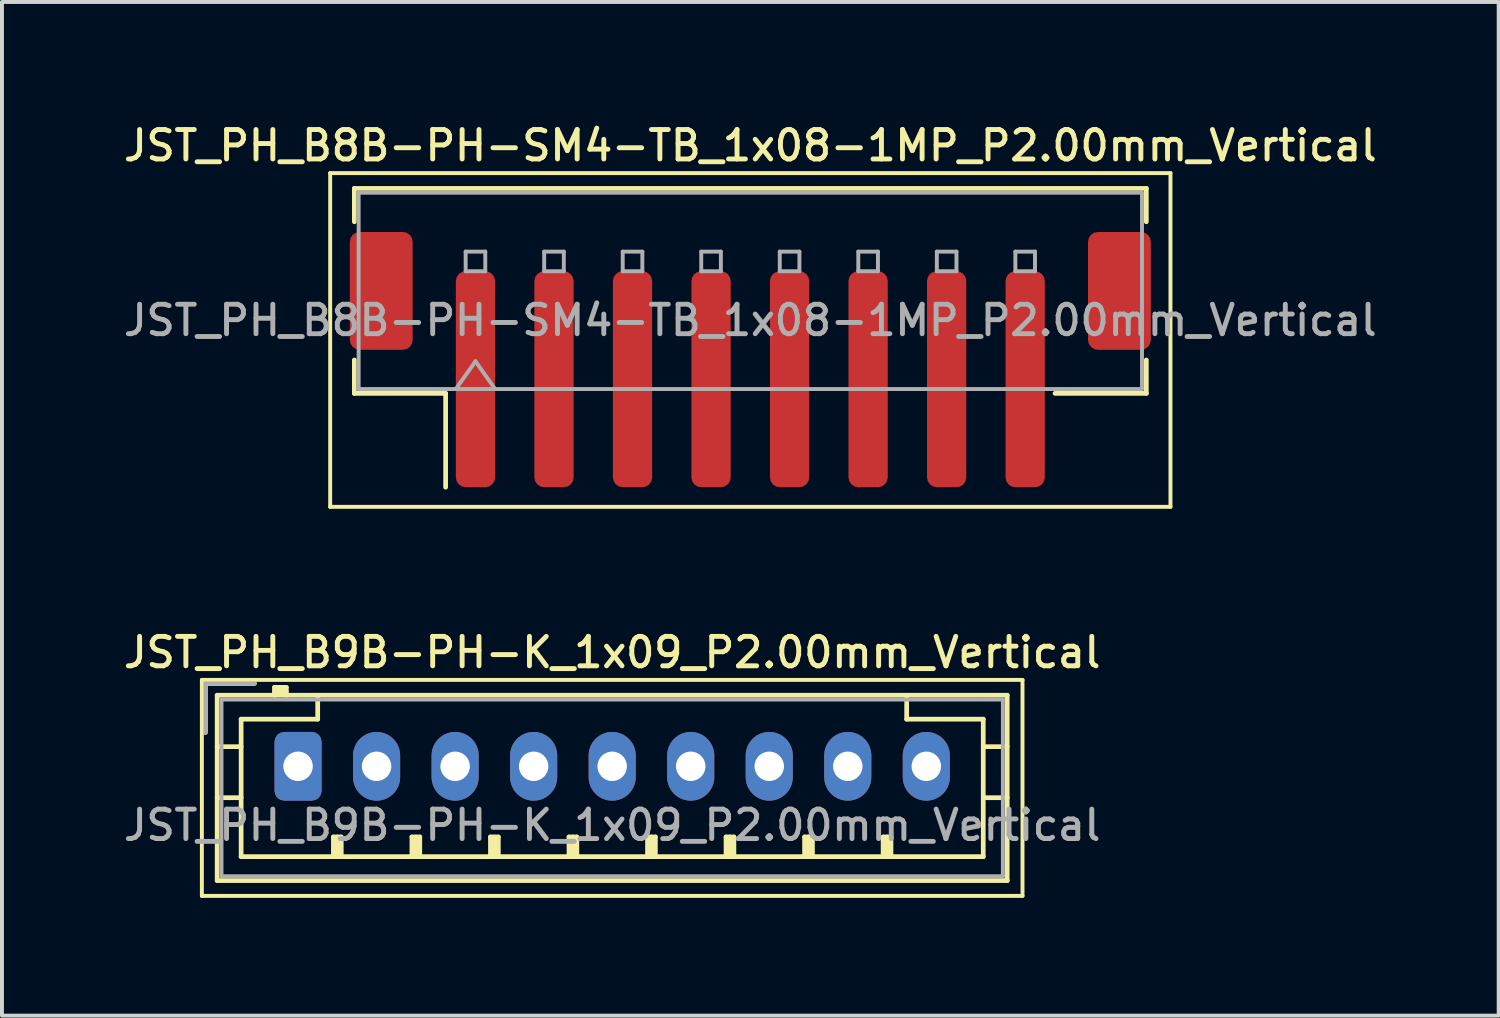
<source format=kicad_pcb>
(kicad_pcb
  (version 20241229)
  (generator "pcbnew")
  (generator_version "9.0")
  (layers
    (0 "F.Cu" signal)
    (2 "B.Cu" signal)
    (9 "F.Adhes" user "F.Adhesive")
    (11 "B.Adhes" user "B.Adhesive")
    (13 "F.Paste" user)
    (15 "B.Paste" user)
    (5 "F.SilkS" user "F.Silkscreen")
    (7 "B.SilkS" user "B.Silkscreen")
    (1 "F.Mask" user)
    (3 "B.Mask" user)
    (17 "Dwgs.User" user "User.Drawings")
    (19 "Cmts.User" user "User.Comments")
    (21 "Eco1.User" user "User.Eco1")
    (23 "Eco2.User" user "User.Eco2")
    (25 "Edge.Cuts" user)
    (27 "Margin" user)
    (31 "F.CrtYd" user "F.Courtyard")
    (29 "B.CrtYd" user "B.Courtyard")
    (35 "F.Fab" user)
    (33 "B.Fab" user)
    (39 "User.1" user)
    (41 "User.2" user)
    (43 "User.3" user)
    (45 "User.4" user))
  (footprint "JST_PH_B9B-PH-K_1x09_P2.00mm_Vertical"
    (layer "F.Cu")
    (at 4.541 16.466)
    (property "Reference" "JST_PH_B9B-PH-K_1x09_P2.00mm_Vertical" (at 8 -2.9 0) (layer "F.SilkS") (effects (font (size 0.75 0.75) (thickness 0.125))))
    (attr through_hole)
    (fp_line (start -2.45 -2.2) (end -2.45 3.3) (stroke (width 0.1) (type solid)) (layer "F.SilkS"))
    (fp_line (start -2.45 3.3) (end 18.45 3.3) (stroke (width 0.1) (type solid)) (layer "F.SilkS"))
    (fp_line (start -2.36 -2.11) (end -2.36 -0.86) (stroke (width 0.12) (type solid)) (layer "F.SilkS"))
    (fp_line (start -2.06 -1.81) (end -2.06 2.91) (stroke (width 0.12) (type solid)) (layer "F.SilkS"))
    (fp_line (start -2.06 -0.5) (end -1.45 -0.5) (stroke (width 0.12) (type solid)) (layer "F.SilkS"))
    (fp_line (start -2.06 0.8) (end -1.45 0.8) (stroke (width 0.12) (type solid)) (layer "F.SilkS"))
    (fp_line (start -2.06 2.91) (end 18.06 2.91) (stroke (width 0.12) (type solid)) (layer "F.SilkS"))
    (fp_line (start -1.45 -1.2) (end -1.45 2.3) (stroke (width 0.12) (type solid)) (layer "F.SilkS"))
    (fp_line (start -1.45 2.3) (end 17.45 2.3) (stroke (width 0.12) (type solid)) (layer "F.SilkS"))
    (fp_line (start -1.11 -2.11) (end -2.36 -2.11) (stroke (width 0.12) (type solid)) (layer "F.SilkS"))
    (fp_line (start -0.6 -2.01) (end -0.6 -1.81) (stroke (width 0.12) (type solid)) (layer "F.SilkS"))
    (fp_line (start -0.3 -2.01) (end -0.6 -2.01) (stroke (width 0.12) (type solid)) (layer "F.SilkS"))
    (fp_line (start -0.3 -1.91) (end -0.6 -1.91) (stroke (width 0.12) (type solid)) (layer "F.SilkS"))
    (fp_line (start -0.3 -1.81) (end -0.3 -2.01) (stroke (width 0.12) (type solid)) (layer "F.SilkS"))
    (fp_line (start 0.5 -1.81) (end 0.5 -1.2) (stroke (width 0.12) (type solid)) (layer "F.SilkS"))
    (fp_line (start 0.5 -1.2) (end -1.45 -1.2) (stroke (width 0.12) (type solid)) (layer "F.SilkS"))
    (fp_line (start 0.9 1.8) (end 1.1 1.8) (stroke (width 0.12) (type solid)) (layer "F.SilkS"))
    (fp_line (start 0.9 2.3) (end 0.9 1.8) (stroke (width 0.12) (type solid)) (layer "F.SilkS"))
    (fp_line (start 1 2.3) (end 1 1.8) (stroke (width 0.12) (type solid)) (layer "F.SilkS"))
    (fp_line (start 1.1 1.8) (end 1.1 2.3) (stroke (width 0.12) (type solid)) (layer "F.SilkS"))
    (fp_line (start 2.9 1.8) (end 3.1 1.8) (stroke (width 0.12) (type solid)) (layer "F.SilkS"))
    (fp_line (start 2.9 2.3) (end 2.9 1.8) (stroke (width 0.12) (type solid)) (layer "F.SilkS"))
    (fp_line (start 3 2.3) (end 3 1.8) (stroke (width 0.12) (type solid)) (layer "F.SilkS"))
    (fp_line (start 3.1 1.8) (end 3.1 2.3) (stroke (width 0.12) (type solid)) (layer "F.SilkS"))
    (fp_line (start 4.9 1.8) (end 5.1 1.8) (stroke (width 0.12) (type solid)) (layer "F.SilkS"))
    (fp_line (start 4.9 2.3) (end 4.9 1.8) (stroke (width 0.12) (type solid)) (layer "F.SilkS"))
    (fp_line (start 5 2.3) (end 5 1.8) (stroke (width 0.12) (type solid)) (layer "F.SilkS"))
    (fp_line (start 5.1 1.8) (end 5.1 2.3) (stroke (width 0.12) (type solid)) (layer "F.SilkS"))
    (fp_line (start 6.9 1.8) (end 7.1 1.8) (stroke (width 0.12) (type solid)) (layer "F.SilkS"))
    (fp_line (start 6.9 2.3) (end 6.9 1.8) (stroke (width 0.12) (type solid)) (layer "F.SilkS"))
    (fp_line (start 7 2.3) (end 7 1.8) (stroke (width 0.12) (type solid)) (layer "F.SilkS"))
    (fp_line (start 7.1 1.8) (end 7.1 2.3) (stroke (width 0.12) (type solid)) (layer "F.SilkS"))
    (fp_line (start 8.9 1.8) (end 9.1 1.8) (stroke (width 0.12) (type solid)) (layer "F.SilkS"))
    (fp_line (start 8.9 2.3) (end 8.9 1.8) (stroke (width 0.12) (type solid)) (layer "F.SilkS"))
    (fp_line (start 9 2.3) (end 9 1.8) (stroke (width 0.12) (type solid)) (layer "F.SilkS"))
    (fp_line (start 9.1 1.8) (end 9.1 2.3) (stroke (width 0.12) (type solid)) (layer "F.SilkS"))
    (fp_line (start 10.9 1.8) (end 11.1 1.8) (stroke (width 0.12) (type solid)) (layer "F.SilkS"))
    (fp_line (start 10.9 2.3) (end 10.9 1.8) (stroke (width 0.12) (type solid)) (layer "F.SilkS"))
    (fp_line (start 11 2.3) (end 11 1.8) (stroke (width 0.12) (type solid)) (layer "F.SilkS"))
    (fp_line (start 11.1 1.8) (end 11.1 2.3) (stroke (width 0.12) (type solid)) (layer "F.SilkS"))
    (fp_line (start 12.9 1.8) (end 13.1 1.8) (stroke (width 0.12) (type solid)) (layer "F.SilkS"))
    (fp_line (start 12.9 2.3) (end 12.9 1.8) (stroke (width 0.12) (type solid)) (layer "F.SilkS"))
    (fp_line (start 13 2.3) (end 13 1.8) (stroke (width 0.12) (type solid)) (layer "F.SilkS"))
    (fp_line (start 13.1 1.8) (end 13.1 2.3) (stroke (width 0.12) (type solid)) (layer "F.SilkS"))
    (fp_line (start 14.9 1.8) (end 15.1 1.8) (stroke (width 0.12) (type solid)) (layer "F.SilkS"))
    (fp_line (start 14.9 2.3) (end 14.9 1.8) (stroke (width 0.12) (type solid)) (layer "F.SilkS"))
    (fp_line (start 15 2.3) (end 15 1.8) (stroke (width 0.12) (type solid)) (layer "F.SilkS"))
    (fp_line (start 15.1 1.8) (end 15.1 2.3) (stroke (width 0.12) (type solid)) (layer "F.SilkS"))
    (fp_line (start 15.5 -1.2) (end 15.5 -1.81) (stroke (width 0.12) (type solid)) (layer "F.SilkS"))
    (fp_line (start 17.45 -1.2) (end 15.5 -1.2) (stroke (width 0.12) (type solid)) (layer "F.SilkS"))
    (fp_line (start 17.45 2.3) (end 17.45 -1.2) (stroke (width 0.12) (type solid)) (layer "F.SilkS"))
    (fp_line (start 18.06 -1.81) (end -2.06 -1.81) (stroke (width 0.12) (type solid)) (layer "F.SilkS"))
    (fp_line (start 18.06 -0.5) (end 17.45 -0.5) (stroke (width 0.12) (type solid)) (layer "F.SilkS"))
    (fp_line (start 18.06 0.8) (end 17.45 0.8) (stroke (width 0.12) (type solid)) (layer "F.SilkS"))
    (fp_line (start 18.06 2.91) (end 18.06 -1.81) (stroke (width 0.12) (type solid)) (layer "F.SilkS"))
    (fp_line (start 18.45 -2.2) (end -2.45 -2.2) (stroke (width 0.1) (type solid)) (layer "F.SilkS"))
    (fp_line (start 18.45 3.3) (end 18.45 -2.2) (stroke (width 0.1) (type solid)) (layer "F.SilkS"))
    (fp_line (start -2.36 -2.11) (end -2.36 -0.86) (stroke (width 0.1) (type solid)) (layer "F.Fab"))
    (fp_line (start -1.95 -1.7) (end -1.95 2.8) (stroke (width 0.1) (type solid)) (layer "F.Fab"))
    (fp_line (start -1.95 2.8) (end 17.95 2.8) (stroke (width 0.1) (type solid)) (layer "F.Fab"))
    (fp_line (start -1.11 -2.11) (end -2.36 -2.11) (stroke (width 0.1) (type solid)) (layer "F.Fab"))
    (fp_line (start 17.95 -1.7) (end -1.95 -1.7) (stroke (width 0.1) (type solid)) (layer "F.Fab"))
    (fp_line (start 17.95 2.8) (end 17.95 -1.7) (stroke (width 0.1) (type solid)) (layer "F.Fab"))
    (fp_text user "${REFERENCE}" (at 8 1.5 0) (layer "F.Fab") (effects (font (size 0.75 0.75) (thickness 0.125))))
    (pad "1" thru_hole roundrect (at 0 0) (size 1.2 1.75) (drill 0.75) (layers "*.Cu" "*.Mask") (roundrect_rratio 0.208))
    (pad "2" thru_hole oval (at 2 0) (size 1.2 1.75) (drill 0.75) (layers "*.Cu" "*.Mask"))
    (pad "3" thru_hole oval (at 4 0) (size 1.2 1.75) (drill 0.75) (layers "*.Cu" "*.Mask"))
    (pad "4" thru_hole oval (at 6 0) (size 1.2 1.75) (drill 0.75) (layers "*.Cu" "*.Mask"))
    (pad "5" thru_hole oval (at 8 0) (size 1.2 1.75) (drill 0.75) (layers "*.Cu" "*.Mask"))
    (pad "6" thru_hole oval (at 10 0) (size 1.2 1.75) (drill 0.75) (layers "*.Cu" "*.Mask"))
    (pad "7" thru_hole oval (at 12 0) (size 1.2 1.75) (drill 0.75) (layers "*.Cu" "*.Mask"))
    (pad "8" thru_hole oval (at 14 0) (size 1.2 1.75) (drill 0.75) (layers "*.Cu" "*.Mask"))
    (pad "9" thru_hole oval (at 16 0) (size 1.2 1.75) (drill 0.75) (layers "*.Cu" "*.Mask")))
  (footprint "JST_PH_B8B-PH-SM4-TB_1x08-1MP_P2.00mm_Vertical"
    (layer "F.Cu")
    (at 16.059 6.108)
    (property "Reference" "JST_PH_B8B-PH-SM4-TB_1x08-1MP_P2.00mm_Vertical" (at 0 -5.45 0) (layer "F.SilkS") (effects (font (size 0.75 0.75) (thickness 0.125))))
    (attr smd)
    (fp_line (start -10.7 -4.75) (end -10.7 3.75) (stroke (width 0.1) (type solid)) (layer "F.SilkS"))
    (fp_line (start -10.7 3.75) (end 10.7 3.75) (stroke (width 0.1) (type solid)) (layer "F.SilkS"))
    (fp_line (start -10.085 -4.36) (end 10.085 -4.36) (stroke (width 0.12) (type solid)) (layer "F.SilkS"))
    (fp_line (start -10.085 -3.51) (end -10.085 -4.36) (stroke (width 0.12) (type solid)) (layer "F.SilkS"))
    (fp_line (start -10.085 0.01) (end -10.085 0.86) (stroke (width 0.12) (type solid)) (layer "F.SilkS"))
    (fp_line (start -10.085 0.86) (end -7.76 0.86) (stroke (width 0.12) (type solid)) (layer "F.SilkS"))
    (fp_line (start -7.76 0.86) (end -7.76 3.25) (stroke (width 0.12) (type solid)) (layer "F.SilkS"))
    (fp_line (start 10.085 -4.36) (end 10.085 -3.51) (stroke (width 0.12) (type solid)) (layer "F.SilkS"))
    (fp_line (start 10.085 0.01) (end 10.085 0.86) (stroke (width 0.12) (type solid)) (layer "F.SilkS"))
    (fp_line (start 10.085 0.86) (end 7.76 0.86) (stroke (width 0.12) (type solid)) (layer "F.SilkS"))
    (fp_line (start 10.7 -4.75) (end -10.7 -4.75) (stroke (width 0.1) (type solid)) (layer "F.SilkS"))
    (fp_line (start 10.7 3.75) (end 10.7 -4.75) (stroke (width 0.1) (type solid)) (layer "F.SilkS"))
    (fp_line (start -9.975 -4.25) (end 9.975 -4.25) (stroke (width 0.1) (type solid)) (layer "F.Fab"))
    (fp_line (start -9.975 0.75) (end -9.975 -4.25) (stroke (width 0.1) (type solid)) (layer "F.Fab"))
    (fp_line (start -9.975 0.75) (end 9.975 0.75) (stroke (width 0.1) (type solid)) (layer "F.Fab"))
    (fp_line (start -7.5 0.75) (end -7 0.043) (stroke (width 0.1) (type solid)) (layer "F.Fab"))
    (fp_line (start -7.25 -2.75) (end -7.25 -2.25) (stroke (width 0.1) (type solid)) (layer "F.Fab"))
    (fp_line (start -7.25 -2.25) (end -6.75 -2.25) (stroke (width 0.1) (type solid)) (layer "F.Fab"))
    (fp_line (start -7 0.043) (end -6.5 0.75) (stroke (width 0.1) (type solid)) (layer "F.Fab"))
    (fp_line (start -6.75 -2.75) (end -7.25 -2.75) (stroke (width 0.1) (type solid)) (layer "F.Fab"))
    (fp_line (start -6.75 -2.25) (end -6.75 -2.75) (stroke (width 0.1) (type solid)) (layer "F.Fab"))
    (fp_line (start -5.25 -2.75) (end -5.25 -2.25) (stroke (width 0.1) (type solid)) (layer "F.Fab"))
    (fp_line (start -5.25 -2.25) (end -4.75 -2.25) (stroke (width 0.1) (type solid)) (layer "F.Fab"))
    (fp_line (start -4.75 -2.75) (end -5.25 -2.75) (stroke (width 0.1) (type solid)) (layer "F.Fab"))
    (fp_line (start -4.75 -2.25) (end -4.75 -2.75) (stroke (width 0.1) (type solid)) (layer "F.Fab"))
    (fp_line (start -3.25 -2.75) (end -3.25 -2.25) (stroke (width 0.1) (type solid)) (layer "F.Fab"))
    (fp_line (start -3.25 -2.25) (end -2.75 -2.25) (stroke (width 0.1) (type solid)) (layer "F.Fab"))
    (fp_line (start -2.75 -2.75) (end -3.25 -2.75) (stroke (width 0.1) (type solid)) (layer "F.Fab"))
    (fp_line (start -2.75 -2.25) (end -2.75 -2.75) (stroke (width 0.1) (type solid)) (layer "F.Fab"))
    (fp_line (start -1.25 -2.75) (end -1.25 -2.25) (stroke (width 0.1) (type solid)) (layer "F.Fab"))
    (fp_line (start -1.25 -2.25) (end -0.75 -2.25) (stroke (width 0.1) (type solid)) (layer "F.Fab"))
    (fp_line (start -0.75 -2.75) (end -1.25 -2.75) (stroke (width 0.1) (type solid)) (layer "F.Fab"))
    (fp_line (start -0.75 -2.25) (end -0.75 -2.75) (stroke (width 0.1) (type solid)) (layer "F.Fab"))
    (fp_line (start 0.75 -2.75) (end 0.75 -2.25) (stroke (width 0.1) (type solid)) (layer "F.Fab"))
    (fp_line (start 0.75 -2.25) (end 1.25 -2.25) (stroke (width 0.1) (type solid)) (layer "F.Fab"))
    (fp_line (start 1.25 -2.75) (end 0.75 -2.75) (stroke (width 0.1) (type solid)) (layer "F.Fab"))
    (fp_line (start 1.25 -2.25) (end 1.25 -2.75) (stroke (width 0.1) (type solid)) (layer "F.Fab"))
    (fp_line (start 2.75 -2.75) (end 2.75 -2.25) (stroke (width 0.1) (type solid)) (layer "F.Fab"))
    (fp_line (start 2.75 -2.25) (end 3.25 -2.25) (stroke (width 0.1) (type solid)) (layer "F.Fab"))
    (fp_line (start 3.25 -2.75) (end 2.75 -2.75) (stroke (width 0.1) (type solid)) (layer "F.Fab"))
    (fp_line (start 3.25 -2.25) (end 3.25 -2.75) (stroke (width 0.1) (type solid)) (layer "F.Fab"))
    (fp_line (start 4.75 -2.75) (end 4.75 -2.25) (stroke (width 0.1) (type solid)) (layer "F.Fab"))
    (fp_line (start 4.75 -2.25) (end 5.25 -2.25) (stroke (width 0.1) (type solid)) (layer "F.Fab"))
    (fp_line (start 5.25 -2.75) (end 4.75 -2.75) (stroke (width 0.1) (type solid)) (layer "F.Fab"))
    (fp_line (start 5.25 -2.25) (end 5.25 -2.75) (stroke (width 0.1) (type solid)) (layer "F.Fab"))
    (fp_line (start 6.75 -2.75) (end 6.75 -2.25) (stroke (width 0.1) (type solid)) (layer "F.Fab"))
    (fp_line (start 6.75 -2.25) (end 7.25 -2.25) (stroke (width 0.1) (type solid)) (layer "F.Fab"))
    (fp_line (start 7.25 -2.75) (end 6.75 -2.75) (stroke (width 0.1) (type solid)) (layer "F.Fab"))
    (fp_line (start 7.25 -2.25) (end 7.25 -2.75) (stroke (width 0.1) (type solid)) (layer "F.Fab"))
    (fp_line (start 9.975 0.75) (end 9.975 -4.25) (stroke (width 0.1) (type solid)) (layer "F.Fab"))
    (fp_text user "${REFERENCE}" (at 0 -1 0) (layer "F.Fab") (effects (font (size 0.75 0.75) (thickness 0.125))))
    (pad "1" smd roundrect (at -7 0.5) (size 1 5.5) (layers "F.Cu" "F.Mask" "F.Paste") (roundrect_rratio 0.25))
    (pad "2" smd roundrect (at -5 0.5) (size 1 5.5) (layers "F.Cu" "F.Mask" "F.Paste") (roundrect_rratio 0.25))
    (pad "3" smd roundrect (at -3 0.5) (size 1 5.5) (layers "F.Cu" "F.Mask" "F.Paste") (roundrect_rratio 0.25))
    (pad "4" smd roundrect (at -1 0.5) (size 1 5.5) (layers "F.Cu" "F.Mask" "F.Paste") (roundrect_rratio 0.25))
    (pad "5" smd roundrect (at 1 0.5) (size 1 5.5) (layers "F.Cu" "F.Mask" "F.Paste") (roundrect_rratio 0.25))
    (pad "6" smd roundrect (at 3 0.5) (size 1 5.5) (layers "F.Cu" "F.Mask" "F.Paste") (roundrect_rratio 0.25))
    (pad "7" smd roundrect (at 5 0.5) (size 1 5.5) (layers "F.Cu" "F.Mask" "F.Paste") (roundrect_rratio 0.25))
    (pad "8" smd roundrect (at 7 0.5) (size 1 5.5) (layers "F.Cu" "F.Mask" "F.Paste") (roundrect_rratio 0.25))
    (pad "MP" smd roundrect (at -9.4 -1.75) (size 1.6 3) (layers "F.Cu" "F.Mask" "F.Paste") (roundrect_rratio 0.156))
    (pad "MP" smd roundrect (at 9.4 -1.75) (size 1.6 3) (layers "F.Cu" "F.Mask" "F.Paste") (roundrect_rratio 0.156)))
  (gr_rect
    (start -3 -3)
    (end 35.118 22.816)
    (stroke (width 0.1) (type default))
    (fill no)
    (layer "Edge.Cuts")))
</source>
